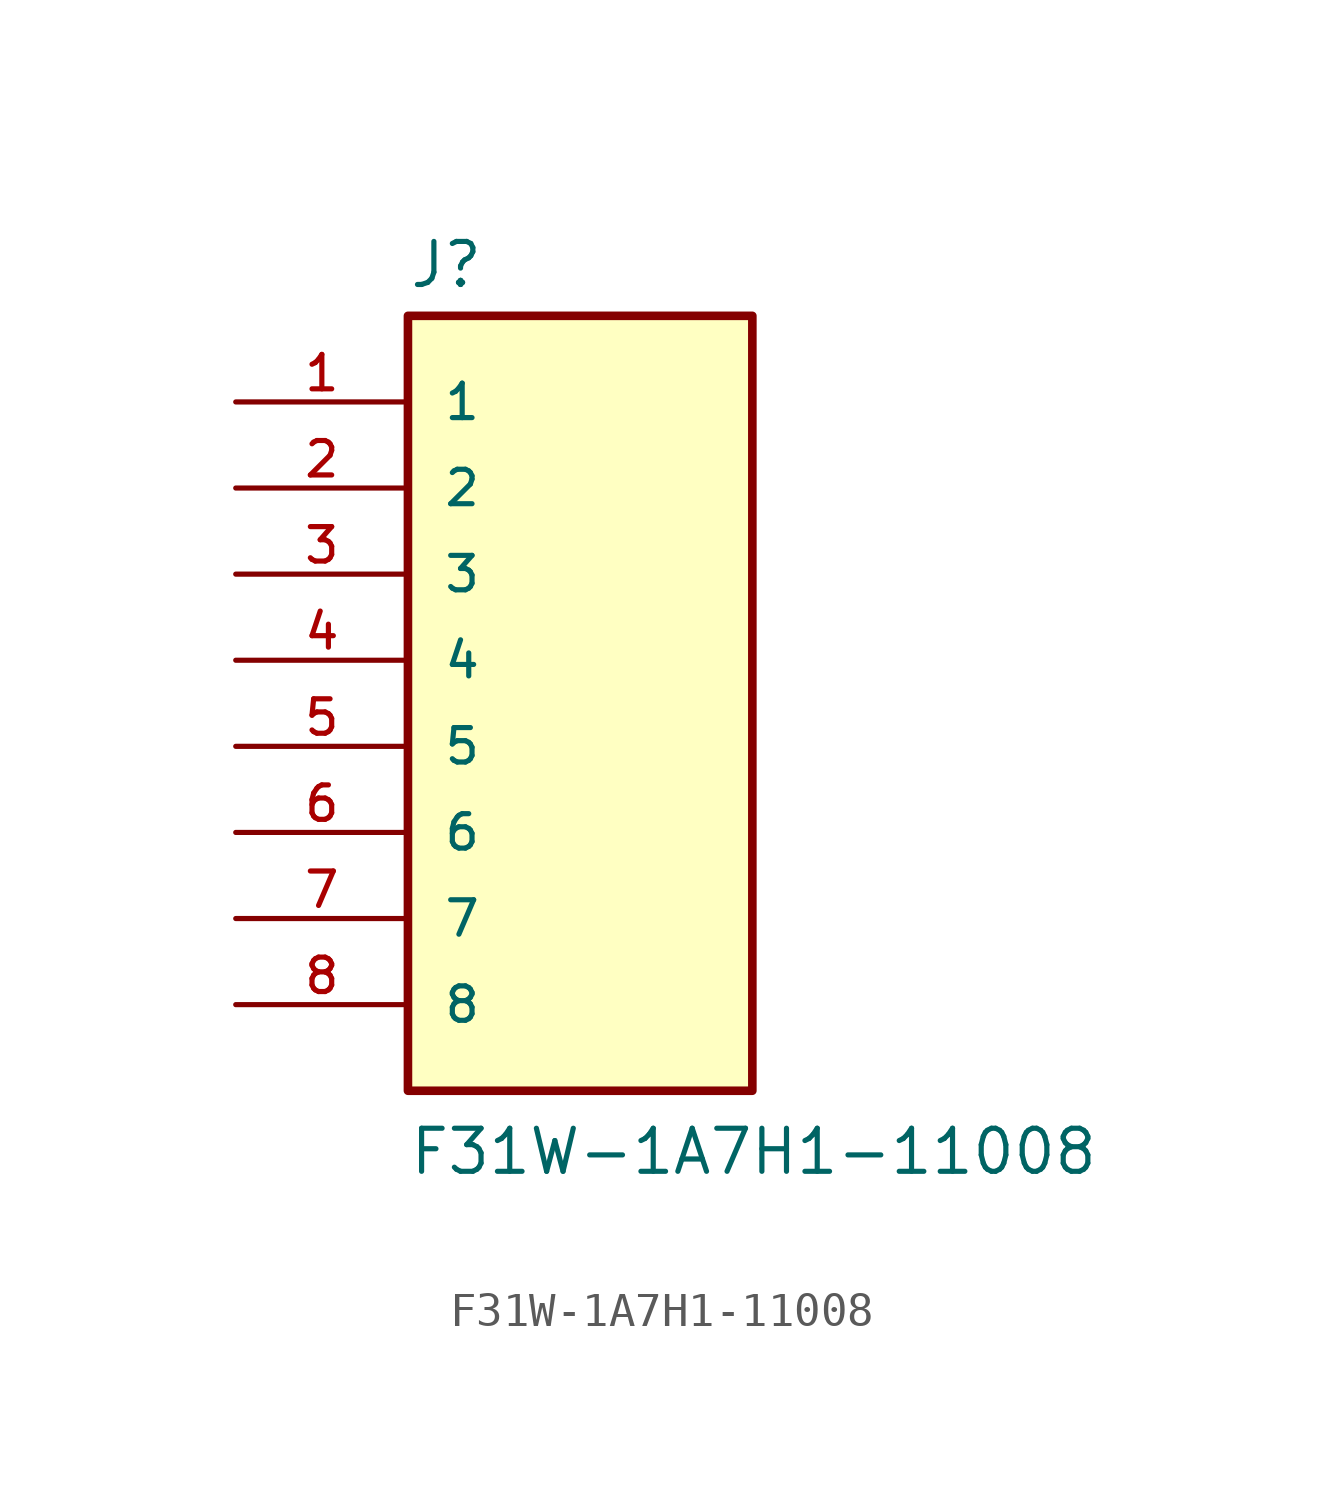
<source format=kicad_sym>
(kicad_symbol_lib
  (version 20231120)
  (generator "kicad_symbol_editor")
  (generator_version "8.0")
  (symbol "F31W-1A7H1-11008"
    (pin_names
      (offset 1.016))
    (property "Reference" "J"
      (at -5.08 10.922 0)
      (effects (font (size 1.27 1.27)) (justify left bottom)))
    (property "Value" "F31W-1A7H1-11008"
      (at -5.08 -15.24 0)
      (effects (font (size 1.27 1.27)) (justify left bottom)))
    (symbol "F31W-1A7H1-11008_0_0"
      (rectangle (start -5.08 -12.7) (end 5.08 10.16) (stroke (width 0.254) (type default)) (fill (type background)))
      (pin passive line (at -10.16 7.62 0) (length 5.08) (name "1" (effects (font (size 1.016 1.016)))) (number "1" (effects (font (size 1.016 1.016)))))
      (pin passive line (at -10.16 5.08 0) (length 5.08) (name "2" (effects (font (size 1.016 1.016)))) (number "2" (effects (font (size 1.016 1.016)))))
      (pin passive line (at -10.16 2.54 0) (length 5.08) (name "3" (effects (font (size 1.016 1.016)))) (number "3" (effects (font (size 1.016 1.016)))))
      (pin passive line (at -10.16 0 0) (length 5.08) (name "4" (effects (font (size 1.016 1.016)))) (number "4" (effects (font (size 1.016 1.016)))))
      (pin passive line (at -10.16 -2.54 0) (length 5.08) (name "5" (effects (font (size 1.016 1.016)))) (number "5" (effects (font (size 1.016 1.016)))))
      (pin passive line (at -10.16 -5.08 0) (length 5.08) (name "6" (effects (font (size 1.016 1.016)))) (number "6" (effects (font (size 1.016 1.016)))))
      (pin passive line (at -10.16 -7.62 0) (length 5.08) (name "7" (effects (font (size 1.016 1.016)))) (number "7" (effects (font (size 1.016 1.016)))))
      (pin passive line (at -10.16 -10.16 0) (length 5.08) (name "8" (effects (font (size 1.016 1.016)))) (number "8" (effects (font (size 1.016 1.016))))))))
</source>
